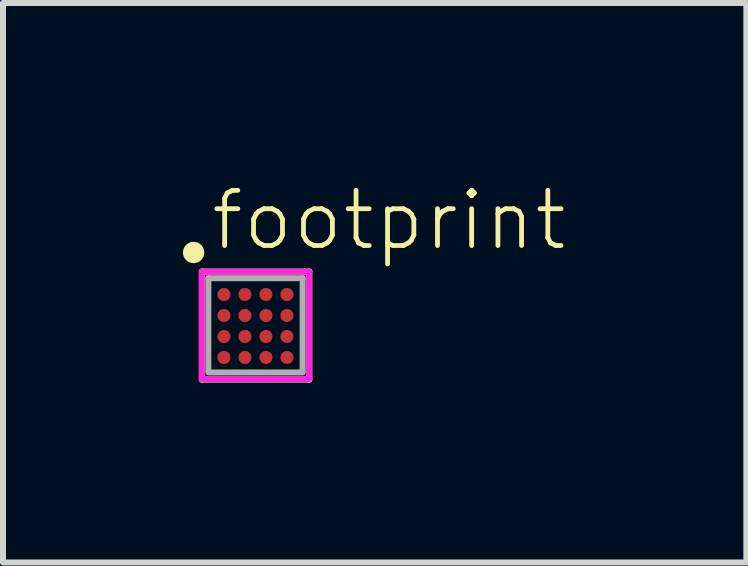
<source format=kicad_pcb>
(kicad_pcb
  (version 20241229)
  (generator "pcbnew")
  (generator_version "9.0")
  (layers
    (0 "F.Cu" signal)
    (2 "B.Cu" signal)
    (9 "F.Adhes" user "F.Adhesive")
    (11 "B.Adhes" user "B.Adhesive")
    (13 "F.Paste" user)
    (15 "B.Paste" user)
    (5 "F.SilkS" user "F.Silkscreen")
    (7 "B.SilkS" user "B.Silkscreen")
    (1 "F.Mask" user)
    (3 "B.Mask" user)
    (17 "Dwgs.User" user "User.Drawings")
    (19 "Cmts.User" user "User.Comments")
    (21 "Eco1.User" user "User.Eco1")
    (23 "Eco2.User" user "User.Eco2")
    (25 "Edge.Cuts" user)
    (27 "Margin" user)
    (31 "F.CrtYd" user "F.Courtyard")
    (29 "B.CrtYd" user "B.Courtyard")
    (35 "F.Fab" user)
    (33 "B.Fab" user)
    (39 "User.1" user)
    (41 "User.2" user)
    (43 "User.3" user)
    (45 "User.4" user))
  (footprint "footprint"
    (layer "F.Cu")
    (at 1.216 2.378)
    (property "Reference" "footprint" (at -0.792 -1.218 0) (layer "F.SilkS") (effects (font (size 0.92 0.92) (thickness 0.08)) (justify left bottom)))
    (fp_circle (center -0.532 -0.518) (end -0.477 -0.518) (stroke (width 0.11) (type solid)) (fill yes) (layer "F.Mask"))
    (fp_circle (center -0.532 -0.168) (end -0.477 -0.168) (stroke (width 0.11) (type solid)) (fill yes) (layer "F.Mask"))
    (fp_circle (center -0.532 0.182) (end -0.477 0.182) (stroke (width 0.11) (type solid)) (fill yes) (layer "F.Mask"))
    (fp_circle (center -0.532 0.532) (end -0.477 0.532) (stroke (width 0.11) (type solid)) (fill yes) (layer "F.Mask"))
    (fp_circle (center -0.182 -0.518) (end -0.127 -0.518) (stroke (width 0.11) (type solid)) (fill yes) (layer "F.Mask"))
    (fp_circle (center -0.182 -0.168) (end -0.127 -0.168) (stroke (width 0.11) (type solid)) (fill yes) (layer "F.Mask"))
    (fp_circle (center -0.182 0.182) (end -0.127 0.182) (stroke (width 0.11) (type solid)) (fill yes) (layer "F.Mask"))
    (fp_circle (center -0.182 0.532) (end -0.127 0.532) (stroke (width 0.11) (type solid)) (fill yes) (layer "F.Mask"))
    (fp_circle (center 0.168 -0.518) (end 0.223 -0.518) (stroke (width 0.11) (type solid)) (fill yes) (layer "F.Mask"))
    (fp_circle (center 0.168 -0.168) (end 0.223 -0.168) (stroke (width 0.11) (type solid)) (fill yes) (layer "F.Mask"))
    (fp_circle (center 0.168 0.182) (end 0.223 0.182) (stroke (width 0.11) (type solid)) (fill yes) (layer "F.Mask"))
    (fp_circle (center 0.168 0.532) (end 0.223 0.532) (stroke (width 0.11) (type solid)) (fill yes) (layer "F.Mask"))
    (fp_circle (center 0.518 -0.518) (end 0.573 -0.518) (stroke (width 0.11) (type solid)) (fill yes) (layer "F.Mask"))
    (fp_circle (center 0.518 -0.168) (end 0.573 -0.168) (stroke (width 0.11) (type solid)) (fill yes) (layer "F.Mask"))
    (fp_circle (center 0.518 0.182) (end 0.573 0.182) (stroke (width 0.11) (type solid)) (fill yes) (layer "F.Mask"))
    (fp_circle (center 0.518 0.532) (end 0.573 0.532) (stroke (width 0.11) (type solid)) (fill yes) (layer "F.Mask"))
    (fp_line (start -0.9 -0.9) (end -0.9 0.9) (stroke (width 0.1) (type solid)) (layer "F.SilkS"))
    (fp_line (start -0.9 0.9) (end 0.891 0.9) (stroke (width 0.1) (type solid)) (layer "F.SilkS"))
    (fp_line (start 0.891 -0.9) (end -0.9 -0.9) (stroke (width 0.1) (type solid)) (layer "F.SilkS"))
    (fp_line (start 0.891 0.9) (end 0.891 -0.9) (stroke (width 0.1) (type solid)) (layer "F.SilkS"))
    (fp_circle (center -1.038 -1.218) (end -0.949 -1.218) (stroke (width 0.178) (type solid)) (fill yes) (layer "F.SilkS"))
    (fp_line (start -0.902 -0.898) (end -0.902 0.892) (stroke (width 0.1) (type solid)) (layer "F.CrtYd"))
    (fp_line (start -0.902 0.892) (end 0.888 0.892) (stroke (width 0.1) (type solid)) (layer "F.CrtYd"))
    (fp_line (start 0.888 -0.898) (end -0.902 -0.898) (stroke (width 0.1) (type solid)) (layer "F.CrtYd"))
    (fp_line (start 0.888 0.892) (end 0.888 -0.898) (stroke (width 0.1) (type solid)) (layer "F.CrtYd"))
    (fp_line (start -0.792 -0.79) (end -0.792 0.764) (stroke (width 0.1) (type solid)) (layer "F.Fab"))
    (fp_line (start -0.791 -0.79) (end 0.78 -0.79) (stroke (width 0.1) (type solid)) (layer "F.Fab"))
    (fp_line (start -0.791 0.782) (end 0.78 0.782) (stroke (width 0.1) (type solid)) (layer "F.Fab"))
    (fp_line (start 0.78 -0.79) (end 0.78 0.764) (stroke (width 0.1) (type solid)) (layer "F.Fab"))
    (pad "1" smd roundrect (at -0.532 -0.518) (size 0.22 0.22) (layers "F.Cu" "F.Paste") (roundrect_rratio 0.5))
    (pad "2" smd roundrect (at -0.182 -0.518) (size 0.22 0.22) (layers "F.Cu" "F.Paste") (roundrect_rratio 0.5))
    (pad "3" smd roundrect (at 0.168 -0.518) (size 0.22 0.22) (layers "F.Cu" "F.Paste") (roundrect_rratio 0.5))
    (pad "4" smd roundrect (at 0.518 -0.518) (size 0.22 0.22) (layers "F.Cu" "F.Paste") (roundrect_rratio 0.5))
    (pad "5" smd roundrect (at 0.518 -0.168) (size 0.22 0.22) (layers "F.Cu" "F.Paste") (roundrect_rratio 0.5))
    (pad "6" smd roundrect (at 0.518 0.182) (size 0.22 0.22) (layers "F.Cu" "F.Paste") (roundrect_rratio 0.5))
    (pad "7" smd roundrect (at 0.518 0.532) (size 0.22 0.22) (layers "F.Cu" "F.Paste") (roundrect_rratio 0.5))
    (pad "8" smd roundrect (at 0.168 0.532) (size 0.22 0.22) (layers "F.Cu" "F.Paste") (roundrect_rratio 0.5))
    (pad "9" smd roundrect (at -0.182 0.532) (size 0.22 0.22) (layers "F.Cu" "F.Paste") (roundrect_rratio 0.5))
    (pad "10" smd roundrect (at -0.532 0.532) (size 0.22 0.22) (layers "F.Cu" "F.Paste") (roundrect_rratio 0.5))
    (pad "11" smd roundrect (at -0.532 0.182) (size 0.22 0.22) (layers "F.Cu" "F.Paste") (roundrect_rratio 0.5))
    (pad "12" smd roundrect (at -0.532 -0.168) (size 0.22 0.22) (layers "F.Cu" "F.Paste") (roundrect_rratio 0.5))
    (pad "13" smd roundrect (at -0.182 -0.168) (size 0.22 0.22) (layers "F.Cu" "F.Paste") (roundrect_rratio 0.5))
    (pad "14" smd roundrect (at 0.168 -0.168) (size 0.22 0.22) (layers "F.Cu" "F.Paste") (roundrect_rratio 0.5))
    (pad "15" smd roundrect (at 0.168 0.182) (size 0.22 0.22) (layers "F.Cu" "F.Paste") (roundrect_rratio 0.5))
    (pad "16" smd roundrect (at -0.182 0.182) (size 0.22 0.22) (layers "F.Cu" "F.Paste") (roundrect_rratio 0.5)))
  (gr_rect
    (start -3 -3)
    (end 9.394 6.328)
    (stroke (width 0.1) (type default))
    (fill no)
    (layer "Edge.Cuts")))
</source>
